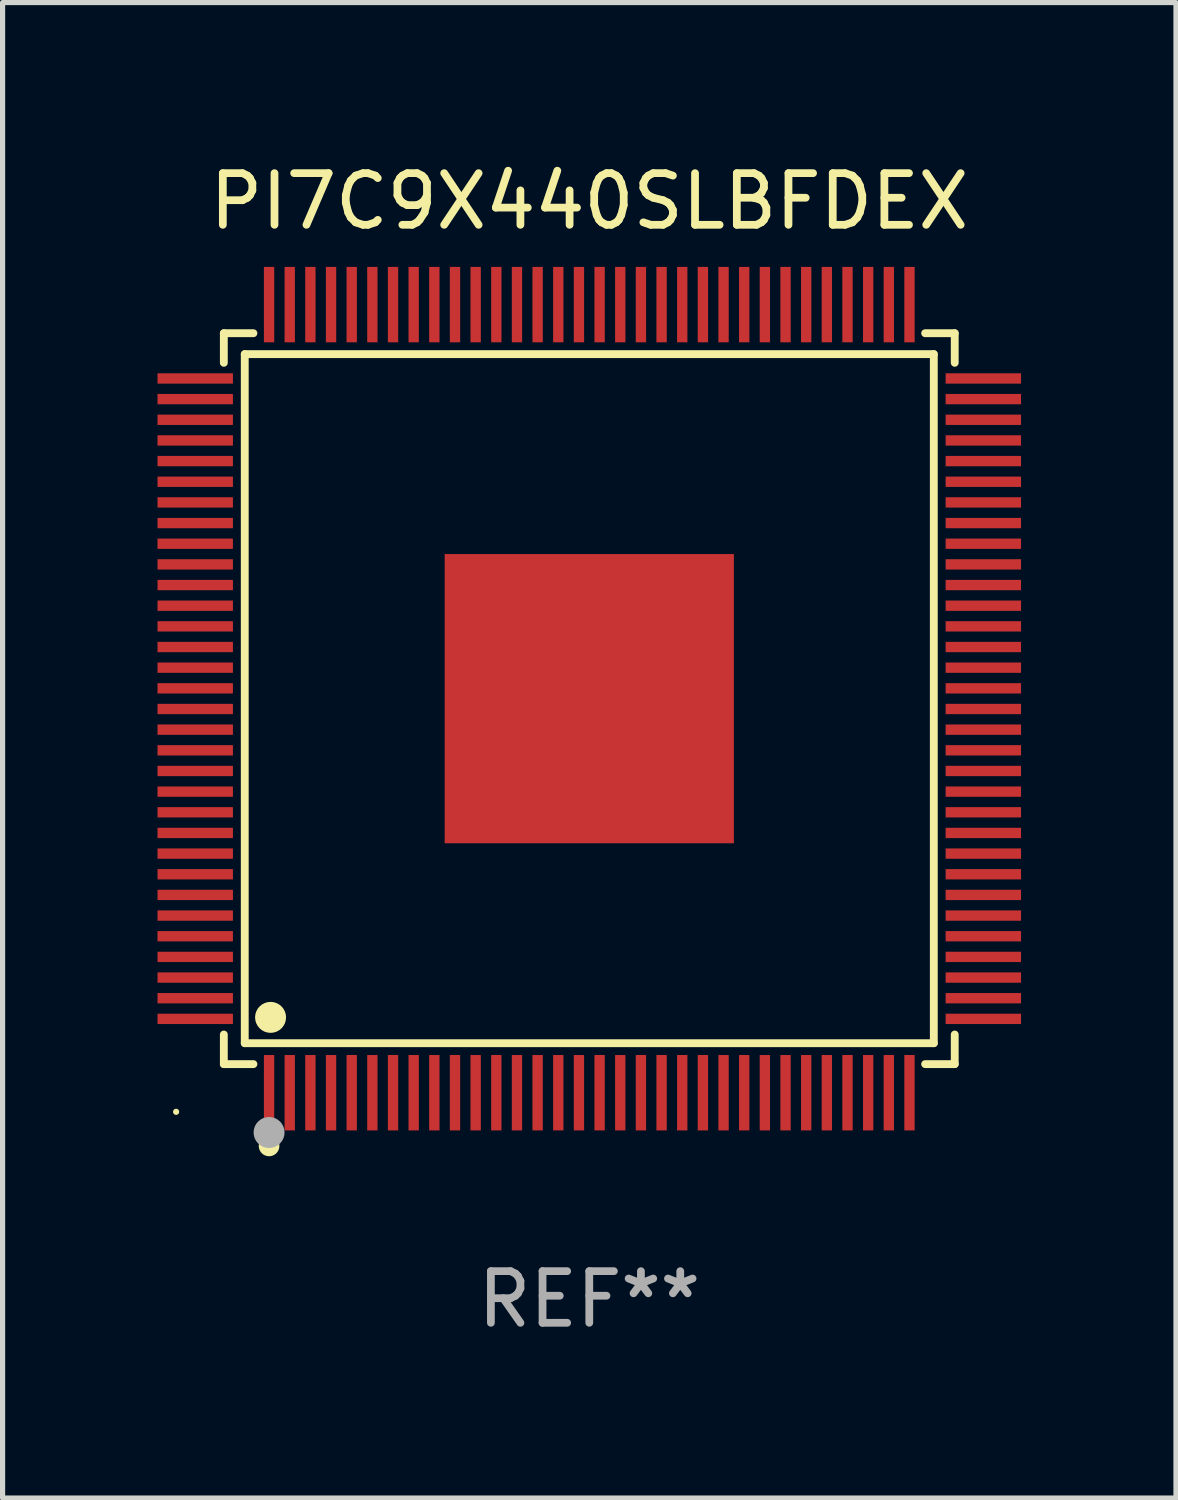
<source format=kicad_pcb>
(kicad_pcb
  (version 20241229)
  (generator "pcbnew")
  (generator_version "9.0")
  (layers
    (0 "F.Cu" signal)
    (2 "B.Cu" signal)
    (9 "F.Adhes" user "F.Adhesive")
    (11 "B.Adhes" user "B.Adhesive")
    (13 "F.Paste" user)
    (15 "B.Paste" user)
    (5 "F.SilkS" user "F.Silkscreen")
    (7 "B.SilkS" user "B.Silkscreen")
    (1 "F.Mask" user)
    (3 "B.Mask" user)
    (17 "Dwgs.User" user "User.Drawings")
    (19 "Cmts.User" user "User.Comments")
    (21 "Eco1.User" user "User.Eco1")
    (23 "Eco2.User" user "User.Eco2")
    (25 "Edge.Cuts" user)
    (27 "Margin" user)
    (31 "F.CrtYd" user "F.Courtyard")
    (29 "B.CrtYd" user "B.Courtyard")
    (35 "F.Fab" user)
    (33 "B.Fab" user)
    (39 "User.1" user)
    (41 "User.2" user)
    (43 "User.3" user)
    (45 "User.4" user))
  (footprint "PI7C9X440SLBFDEX"
    (layer "F.Cu")
    (at 8.36 10.478)
    (property "Reference" "PI7C9X440SLBFDEX" (at 0 -9.63 0) (layer "F.SilkS") (effects (font (size 1 1) (thickness 0.15))))
    (attr through_hole)
    (fp_line (start -7.076 -7.076) (end -6.503 -7.076) (stroke (width 0.152) (type solid)) (layer "F.SilkS"))
    (fp_line (start -7.076 -6.503) (end -7.076 -7.076) (stroke (width 0.152) (type solid)) (layer "F.SilkS"))
    (fp_line (start -7.076 6.503) (end -7.076 7.076) (stroke (width 0.152) (type solid)) (layer "F.SilkS"))
    (fp_line (start -7.076 7.076) (end -6.503 7.076) (stroke (width 0.152) (type solid)) (layer "F.SilkS"))
    (fp_line (start -6.671 -6.671) (end 6.671 -6.671) (stroke (width 0.152) (type solid)) (layer "F.SilkS"))
    (fp_line (start -6.671 6.671) (end -6.671 -6.671) (stroke (width 0.152) (type solid)) (layer "F.SilkS"))
    (fp_line (start 6.671 -6.671) (end 6.671 6.671) (stroke (width 0.152) (type solid)) (layer "F.SilkS"))
    (fp_line (start 6.671 6.671) (end -6.671 6.671) (stroke (width 0.152) (type solid)) (layer "F.SilkS"))
    (fp_line (start 7.076 -7.076) (end 6.503 -7.076) (stroke (width 0.152) (type solid)) (layer "F.SilkS"))
    (fp_line (start 7.076 -6.503) (end 7.076 -7.076) (stroke (width 0.152) (type solid)) (layer "F.SilkS"))
    (fp_line (start 7.076 6.503) (end 7.076 7.076) (stroke (width 0.152) (type solid)) (layer "F.SilkS"))
    (fp_line (start 7.076 7.076) (end 6.503 7.076) (stroke (width 0.152) (type solid)) (layer "F.SilkS"))
    (fp_circle (center -8 8) (end -7.97 8) (stroke (width 0.06) (type solid)) (fill no) (layer "F.SilkS"))
    (fp_circle (center -6.2 8.66) (end -6.1 8.66) (stroke (width 0.2) (type solid)) (fill no) (layer "F.SilkS"))
    (fp_circle (center -6.171 6.171) (end -6.021 6.171) (stroke (width 0.3) (type solid)) (fill no) (layer "F.SilkS"))
    (fp_circle (center -6.2 8.4) (end -6.05 8.4) (stroke (width 0.3) (type solid)) (fill no) (layer "F.Fab"))
    (fp_text user "REF**" (at 0 11.63 0) (layer "F.Fab") (effects (font (size 1 1) (thickness 0.15))))
    (pad "1" smd rect (at -6.2 7.63) (size 0.2 1.46) (layers "F.Cu" "F.Mask" "F.Paste"))
    (pad "2" smd rect (at -5.8 7.63) (size 0.2 1.46) (layers "F.Cu" "F.Mask" "F.Paste"))
    (pad "3" smd rect (at -5.4 7.63) (size 0.2 1.46) (layers "F.Cu" "F.Mask" "F.Paste"))
    (pad "4" smd rect (at -5 7.63) (size 0.2 1.46) (layers "F.Cu" "F.Mask" "F.Paste"))
    (pad "5" smd rect (at -4.6 7.63) (size 0.2 1.46) (layers "F.Cu" "F.Mask" "F.Paste"))
    (pad "6" smd rect (at -4.2 7.63) (size 0.2 1.46) (layers "F.Cu" "F.Mask" "F.Paste"))
    (pad "7" smd rect (at -3.8 7.63) (size 0.2 1.46) (layers "F.Cu" "F.Mask" "F.Paste"))
    (pad "8" smd rect (at -3.4 7.63) (size 0.2 1.46) (layers "F.Cu" "F.Mask" "F.Paste"))
    (pad "9" smd rect (at -3 7.63) (size 0.2 1.46) (layers "F.Cu" "F.Mask" "F.Paste"))
    (pad "10" smd rect (at -2.6 7.63) (size 0.2 1.46) (layers "F.Cu" "F.Mask" "F.Paste"))
    (pad "11" smd rect (at -2.2 7.63) (size 0.2 1.46) (layers "F.Cu" "F.Mask" "F.Paste"))
    (pad "12" smd rect (at -1.8 7.63) (size 0.2 1.46) (layers "F.Cu" "F.Mask" "F.Paste"))
    (pad "13" smd rect (at -1.4 7.63) (size 0.2 1.46) (layers "F.Cu" "F.Mask" "F.Paste"))
    (pad "14" smd rect (at -1 7.63) (size 0.2 1.46) (layers "F.Cu" "F.Mask" "F.Paste"))
    (pad "15" smd rect (at -0.6 7.63) (size 0.2 1.46) (layers "F.Cu" "F.Mask" "F.Paste"))
    (pad "16" smd rect (at -0.2 7.63) (size 0.2 1.46) (layers "F.Cu" "F.Mask" "F.Paste"))
    (pad "17" smd rect (at 0.2 7.63) (size 0.2 1.46) (layers "F.Cu" "F.Mask" "F.Paste"))
    (pad "18" smd rect (at 0.6 7.63) (size 0.2 1.46) (layers "F.Cu" "F.Mask" "F.Paste"))
    (pad "19" smd rect (at 1 7.63) (size 0.2 1.46) (layers "F.Cu" "F.Mask" "F.Paste"))
    (pad "20" smd rect (at 1.4 7.63) (size 0.2 1.46) (layers "F.Cu" "F.Mask" "F.Paste"))
    (pad "21" smd rect (at 1.8 7.63) (size 0.2 1.46) (layers "F.Cu" "F.Mask" "F.Paste"))
    (pad "22" smd rect (at 2.2 7.63) (size 0.2 1.46) (layers "F.Cu" "F.Mask" "F.Paste"))
    (pad "23" smd rect (at 2.6 7.63) (size 0.2 1.46) (layers "F.Cu" "F.Mask" "F.Paste"))
    (pad "24" smd rect (at 3 7.63) (size 0.2 1.46) (layers "F.Cu" "F.Mask" "F.Paste"))
    (pad "25" smd rect (at 3.4 7.63) (size 0.2 1.46) (layers "F.Cu" "F.Mask" "F.Paste"))
    (pad "26" smd rect (at 3.8 7.63) (size 0.2 1.46) (layers "F.Cu" "F.Mask" "F.Paste"))
    (pad "27" smd rect (at 4.2 7.63) (size 0.2 1.46) (layers "F.Cu" "F.Mask" "F.Paste"))
    (pad "28" smd rect (at 4.6 7.63) (size 0.2 1.46) (layers "F.Cu" "F.Mask" "F.Paste"))
    (pad "29" smd rect (at 5 7.63) (size 0.2 1.46) (layers "F.Cu" "F.Mask" "F.Paste"))
    (pad "30" smd rect (at 5.4 7.63) (size 0.2 1.46) (layers "F.Cu" "F.Mask" "F.Paste"))
    (pad "31" smd rect (at 5.8 7.63) (size 0.2 1.46) (layers "F.Cu" "F.Mask" "F.Paste"))
    (pad "32" smd rect (at 6.2 7.63) (size 0.2 1.46) (layers "F.Cu" "F.Mask" "F.Paste"))
    (pad "33" smd rect (at 7.63 6.2) (size 1.46 0.2) (layers "F.Cu" "F.Mask" "F.Paste"))
    (pad "34" smd rect (at 7.63 5.8) (size 1.46 0.2) (layers "F.Cu" "F.Mask" "F.Paste"))
    (pad "35" smd rect (at 7.63 5.4) (size 1.46 0.2) (layers "F.Cu" "F.Mask" "F.Paste"))
    (pad "36" smd rect (at 7.63 5) (size 1.46 0.2) (layers "F.Cu" "F.Mask" "F.Paste"))
    (pad "37" smd rect (at 7.63 4.6) (size 1.46 0.2) (layers "F.Cu" "F.Mask" "F.Paste"))
    (pad "38" smd rect (at 7.63 4.2) (size 1.46 0.2) (layers "F.Cu" "F.Mask" "F.Paste"))
    (pad "39" smd rect (at 7.63 3.8) (size 1.46 0.2) (layers "F.Cu" "F.Mask" "F.Paste"))
    (pad "40" smd rect (at 7.63 3.4) (size 1.46 0.2) (layers "F.Cu" "F.Mask" "F.Paste"))
    (pad "41" smd rect (at 7.63 3) (size 1.46 0.2) (layers "F.Cu" "F.Mask" "F.Paste"))
    (pad "42" smd rect (at 7.63 2.6) (size 1.46 0.2) (layers "F.Cu" "F.Mask" "F.Paste"))
    (pad "43" smd rect (at 7.63 2.2) (size 1.46 0.2) (layers "F.Cu" "F.Mask" "F.Paste"))
    (pad "44" smd rect (at 7.63 1.8) (size 1.46 0.2) (layers "F.Cu" "F.Mask" "F.Paste"))
    (pad "45" smd rect (at 7.63 1.4) (size 1.46 0.2) (layers "F.Cu" "F.Mask" "F.Paste"))
    (pad "46" smd rect (at 7.63 1) (size 1.46 0.2) (layers "F.Cu" "F.Mask" "F.Paste"))
    (pad "47" smd rect (at 7.63 0.6) (size 1.46 0.2) (layers "F.Cu" "F.Mask" "F.Paste"))
    (pad "48" smd rect (at 7.63 0.2) (size 1.46 0.2) (layers "F.Cu" "F.Mask" "F.Paste"))
    (pad "49" smd rect (at 7.63 -0.2) (size 1.46 0.2) (layers "F.Cu" "F.Mask" "F.Paste"))
    (pad "50" smd rect (at 7.63 -0.6) (size 1.46 0.2) (layers "F.Cu" "F.Mask" "F.Paste"))
    (pad "51" smd rect (at 7.63 -1) (size 1.46 0.2) (layers "F.Cu" "F.Mask" "F.Paste"))
    (pad "52" smd rect (at 7.63 -1.4) (size 1.46 0.2) (layers "F.Cu" "F.Mask" "F.Paste"))
    (pad "53" smd rect (at 7.63 -1.8) (size 1.46 0.2) (layers "F.Cu" "F.Mask" "F.Paste"))
    (pad "54" smd rect (at 7.63 -2.2) (size 1.46 0.2) (layers "F.Cu" "F.Mask" "F.Paste"))
    (pad "55" smd rect (at 7.63 -2.6) (size 1.46 0.2) (layers "F.Cu" "F.Mask" "F.Paste"))
    (pad "56" smd rect (at 7.63 -3) (size 1.46 0.2) (layers "F.Cu" "F.Mask" "F.Paste"))
    (pad "57" smd rect (at 7.63 -3.4) (size 1.46 0.2) (layers "F.Cu" "F.Mask" "F.Paste"))
    (pad "58" smd rect (at 7.63 -3.8) (size 1.46 0.2) (layers "F.Cu" "F.Mask" "F.Paste"))
    (pad "59" smd rect (at 7.63 -4.2) (size 1.46 0.2) (layers "F.Cu" "F.Mask" "F.Paste"))
    (pad "60" smd rect (at 7.63 -4.6) (size 1.46 0.2) (layers "F.Cu" "F.Mask" "F.Paste"))
    (pad "61" smd rect (at 7.63 -5) (size 1.46 0.2) (layers "F.Cu" "F.Mask" "F.Paste"))
    (pad "62" smd rect (at 7.63 -5.4) (size 1.46 0.2) (layers "F.Cu" "F.Mask" "F.Paste"))
    (pad "63" smd rect (at 7.63 -5.8) (size 1.46 0.2) (layers "F.Cu" "F.Mask" "F.Paste"))
    (pad "64" smd rect (at 7.63 -6.2) (size 1.46 0.2) (layers "F.Cu" "F.Mask" "F.Paste"))
    (pad "65" smd rect (at 6.2 -7.63) (size 0.2 1.46) (layers "F.Cu" "F.Mask" "F.Paste"))
    (pad "66" smd rect (at 5.8 -7.63) (size 0.2 1.46) (layers "F.Cu" "F.Mask" "F.Paste"))
    (pad "67" smd rect (at 5.4 -7.63) (size 0.2 1.46) (layers "F.Cu" "F.Mask" "F.Paste"))
    (pad "68" smd rect (at 5 -7.63) (size 0.2 1.46) (layers "F.Cu" "F.Mask" "F.Paste"))
    (pad "69" smd rect (at 4.6 -7.63) (size 0.2 1.46) (layers "F.Cu" "F.Mask" "F.Paste"))
    (pad "70" smd rect (at 4.2 -7.63) (size 0.2 1.46) (layers "F.Cu" "F.Mask" "F.Paste"))
    (pad "71" smd rect (at 3.8 -7.63) (size 0.2 1.46) (layers "F.Cu" "F.Mask" "F.Paste"))
    (pad "72" smd rect (at 3.4 -7.63) (size 0.2 1.46) (layers "F.Cu" "F.Mask" "F.Paste"))
    (pad "73" smd rect (at 3 -7.63) (size 0.2 1.46) (layers "F.Cu" "F.Mask" "F.Paste"))
    (pad "74" smd rect (at 2.6 -7.63) (size 0.2 1.46) (layers "F.Cu" "F.Mask" "F.Paste"))
    (pad "75" smd rect (at 2.2 -7.63) (size 0.2 1.46) (layers "F.Cu" "F.Mask" "F.Paste"))
    (pad "76" smd rect (at 1.8 -7.63) (size 0.2 1.46) (layers "F.Cu" "F.Mask" "F.Paste"))
    (pad "77" smd rect (at 1.4 -7.63) (size 0.2 1.46) (layers "F.Cu" "F.Mask" "F.Paste"))
    (pad "78" smd rect (at 1 -7.63) (size 0.2 1.46) (layers "F.Cu" "F.Mask" "F.Paste"))
    (pad "79" smd rect (at 0.6 -7.63) (size 0.2 1.46) (layers "F.Cu" "F.Mask" "F.Paste"))
    (pad "80" smd rect (at 0.2 -7.63) (size 0.2 1.46) (layers "F.Cu" "F.Mask" "F.Paste"))
    (pad "81" smd rect (at -0.2 -7.63) (size 0.2 1.46) (layers "F.Cu" "F.Mask" "F.Paste"))
    (pad "82" smd rect (at -0.6 -7.63) (size 0.2 1.46) (layers "F.Cu" "F.Mask" "F.Paste"))
    (pad "83" smd rect (at -1 -7.63) (size 0.2 1.46) (layers "F.Cu" "F.Mask" "F.Paste"))
    (pad "84" smd rect (at -1.4 -7.63) (size 0.2 1.46) (layers "F.Cu" "F.Mask" "F.Paste"))
    (pad "85" smd rect (at -1.8 -7.63) (size 0.2 1.46) (layers "F.Cu" "F.Mask" "F.Paste"))
    (pad "86" smd rect (at -2.2 -7.63) (size 0.2 1.46) (layers "F.Cu" "F.Mask" "F.Paste"))
    (pad "87" smd rect (at -2.6 -7.63) (size 0.2 1.46) (layers "F.Cu" "F.Mask" "F.Paste"))
    (pad "88" smd rect (at -3 -7.63) (size 0.2 1.46) (layers "F.Cu" "F.Mask" "F.Paste"))
    (pad "89" smd rect (at -3.4 -7.63) (size 0.2 1.46) (layers "F.Cu" "F.Mask" "F.Paste"))
    (pad "90" smd rect (at -3.8 -7.63) (size 0.2 1.46) (layers "F.Cu" "F.Mask" "F.Paste"))
    (pad "91" smd rect (at -4.2 -7.63) (size 0.2 1.46) (layers "F.Cu" "F.Mask" "F.Paste"))
    (pad "92" smd rect (at -4.6 -7.63) (size 0.2 1.46) (layers "F.Cu" "F.Mask" "F.Paste"))
    (pad "93" smd rect (at -5 -7.63) (size 0.2 1.46) (layers "F.Cu" "F.Mask" "F.Paste"))
    (pad "94" smd rect (at -5.4 -7.63) (size 0.2 1.46) (layers "F.Cu" "F.Mask" "F.Paste"))
    (pad "95" smd rect (at -5.8 -7.63) (size 0.2 1.46) (layers "F.Cu" "F.Mask" "F.Paste"))
    (pad "96" smd rect (at -6.2 -7.63) (size 0.2 1.46) (layers "F.Cu" "F.Mask" "F.Paste"))
    (pad "97" smd rect (at -7.63 -6.2) (size 1.46 0.2) (layers "F.Cu" "F.Mask" "F.Paste"))
    (pad "98" smd rect (at -7.63 -5.8) (size 1.46 0.2) (layers "F.Cu" "F.Mask" "F.Paste"))
    (pad "99" smd rect (at -7.63 -5.4) (size 1.46 0.2) (layers "F.Cu" "F.Mask" "F.Paste"))
    (pad "100" smd rect (at -7.63 -5) (size 1.46 0.2) (layers "F.Cu" "F.Mask" "F.Paste"))
    (pad "101" smd rect (at -7.63 -4.6) (size 1.46 0.2) (layers "F.Cu" "F.Mask" "F.Paste"))
    (pad "102" smd rect (at -7.63 -4.2) (size 1.46 0.2) (layers "F.Cu" "F.Mask" "F.Paste"))
    (pad "103" smd rect (at -7.63 -3.8) (size 1.46 0.2) (layers "F.Cu" "F.Mask" "F.Paste"))
    (pad "104" smd rect (at -7.63 -3.4) (size 1.46 0.2) (layers "F.Cu" "F.Mask" "F.Paste"))
    (pad "105" smd rect (at -7.63 -3) (size 1.46 0.2) (layers "F.Cu" "F.Mask" "F.Paste"))
    (pad "106" smd rect (at -7.63 -2.6) (size 1.46 0.2) (layers "F.Cu" "F.Mask" "F.Paste"))
    (pad "107" smd rect (at -7.63 -2.2) (size 1.46 0.2) (layers "F.Cu" "F.Mask" "F.Paste"))
    (pad "108" smd rect (at -7.63 -1.8) (size 1.46 0.2) (layers "F.Cu" "F.Mask" "F.Paste"))
    (pad "109" smd rect (at -7.63 -1.4) (size 1.46 0.2) (layers "F.Cu" "F.Mask" "F.Paste"))
    (pad "110" smd rect (at -7.63 -1) (size 1.46 0.2) (layers "F.Cu" "F.Mask" "F.Paste"))
    (pad "111" smd rect (at -7.63 -0.6) (size 1.46 0.2) (layers "F.Cu" "F.Mask" "F.Paste"))
    (pad "112" smd rect (at -7.63 -0.2) (size 1.46 0.2) (layers "F.Cu" "F.Mask" "F.Paste"))
    (pad "113" smd rect (at -7.63 0.2) (size 1.46 0.2) (layers "F.Cu" "F.Mask" "F.Paste"))
    (pad "114" smd rect (at -7.63 0.6) (size 1.46 0.2) (layers "F.Cu" "F.Mask" "F.Paste"))
    (pad "115" smd rect (at -7.63 1) (size 1.46 0.2) (layers "F.Cu" "F.Mask" "F.Paste"))
    (pad "116" smd rect (at -7.63 1.4) (size 1.46 0.2) (layers "F.Cu" "F.Mask" "F.Paste"))
    (pad "117" smd rect (at -7.63 1.8) (size 1.46 0.2) (layers "F.Cu" "F.Mask" "F.Paste"))
    (pad "118" smd rect (at -7.63 2.2) (size 1.46 0.2) (layers "F.Cu" "F.Mask" "F.Paste"))
    (pad "119" smd rect (at -7.63 2.6) (size 1.46 0.2) (layers "F.Cu" "F.Mask" "F.Paste"))
    (pad "120" smd rect (at -7.63 3) (size 1.46 0.2) (layers "F.Cu" "F.Mask" "F.Paste"))
    (pad "121" smd rect (at -7.63 3.4) (size 1.46 0.2) (layers "F.Cu" "F.Mask" "F.Paste"))
    (pad "122" smd rect (at -7.63 3.8) (size 1.46 0.2) (layers "F.Cu" "F.Mask" "F.Paste"))
    (pad "123" smd rect (at -7.63 4.2) (size 1.46 0.2) (layers "F.Cu" "F.Mask" "F.Paste"))
    (pad "124" smd rect (at -7.63 4.6) (size 1.46 0.2) (layers "F.Cu" "F.Mask" "F.Paste"))
    (pad "125" smd rect (at -7.63 5) (size 1.46 0.2) (layers "F.Cu" "F.Mask" "F.Paste"))
    (pad "126" smd rect (at -7.63 5.4) (size 1.46 0.2) (layers "F.Cu" "F.Mask" "F.Paste"))
    (pad "127" smd rect (at -7.63 5.8) (size 1.46 0.2) (layers "F.Cu" "F.Mask" "F.Paste"))
    (pad "128" smd rect (at -7.63 6.2) (size 1.46 0.2) (layers "F.Cu" "F.Mask" "F.Paste"))
    (pad "129" smd rect (at 0 0) (size 5.6 5.6) (layers "F.Cu" "F.Mask" "F.Paste")))
  (gr_rect
    (start -3 -3)
    (end 19.72 25.956)
    (stroke (width 0.1) (type default))
    (fill no)
    (layer "Edge.Cuts")))
</source>
